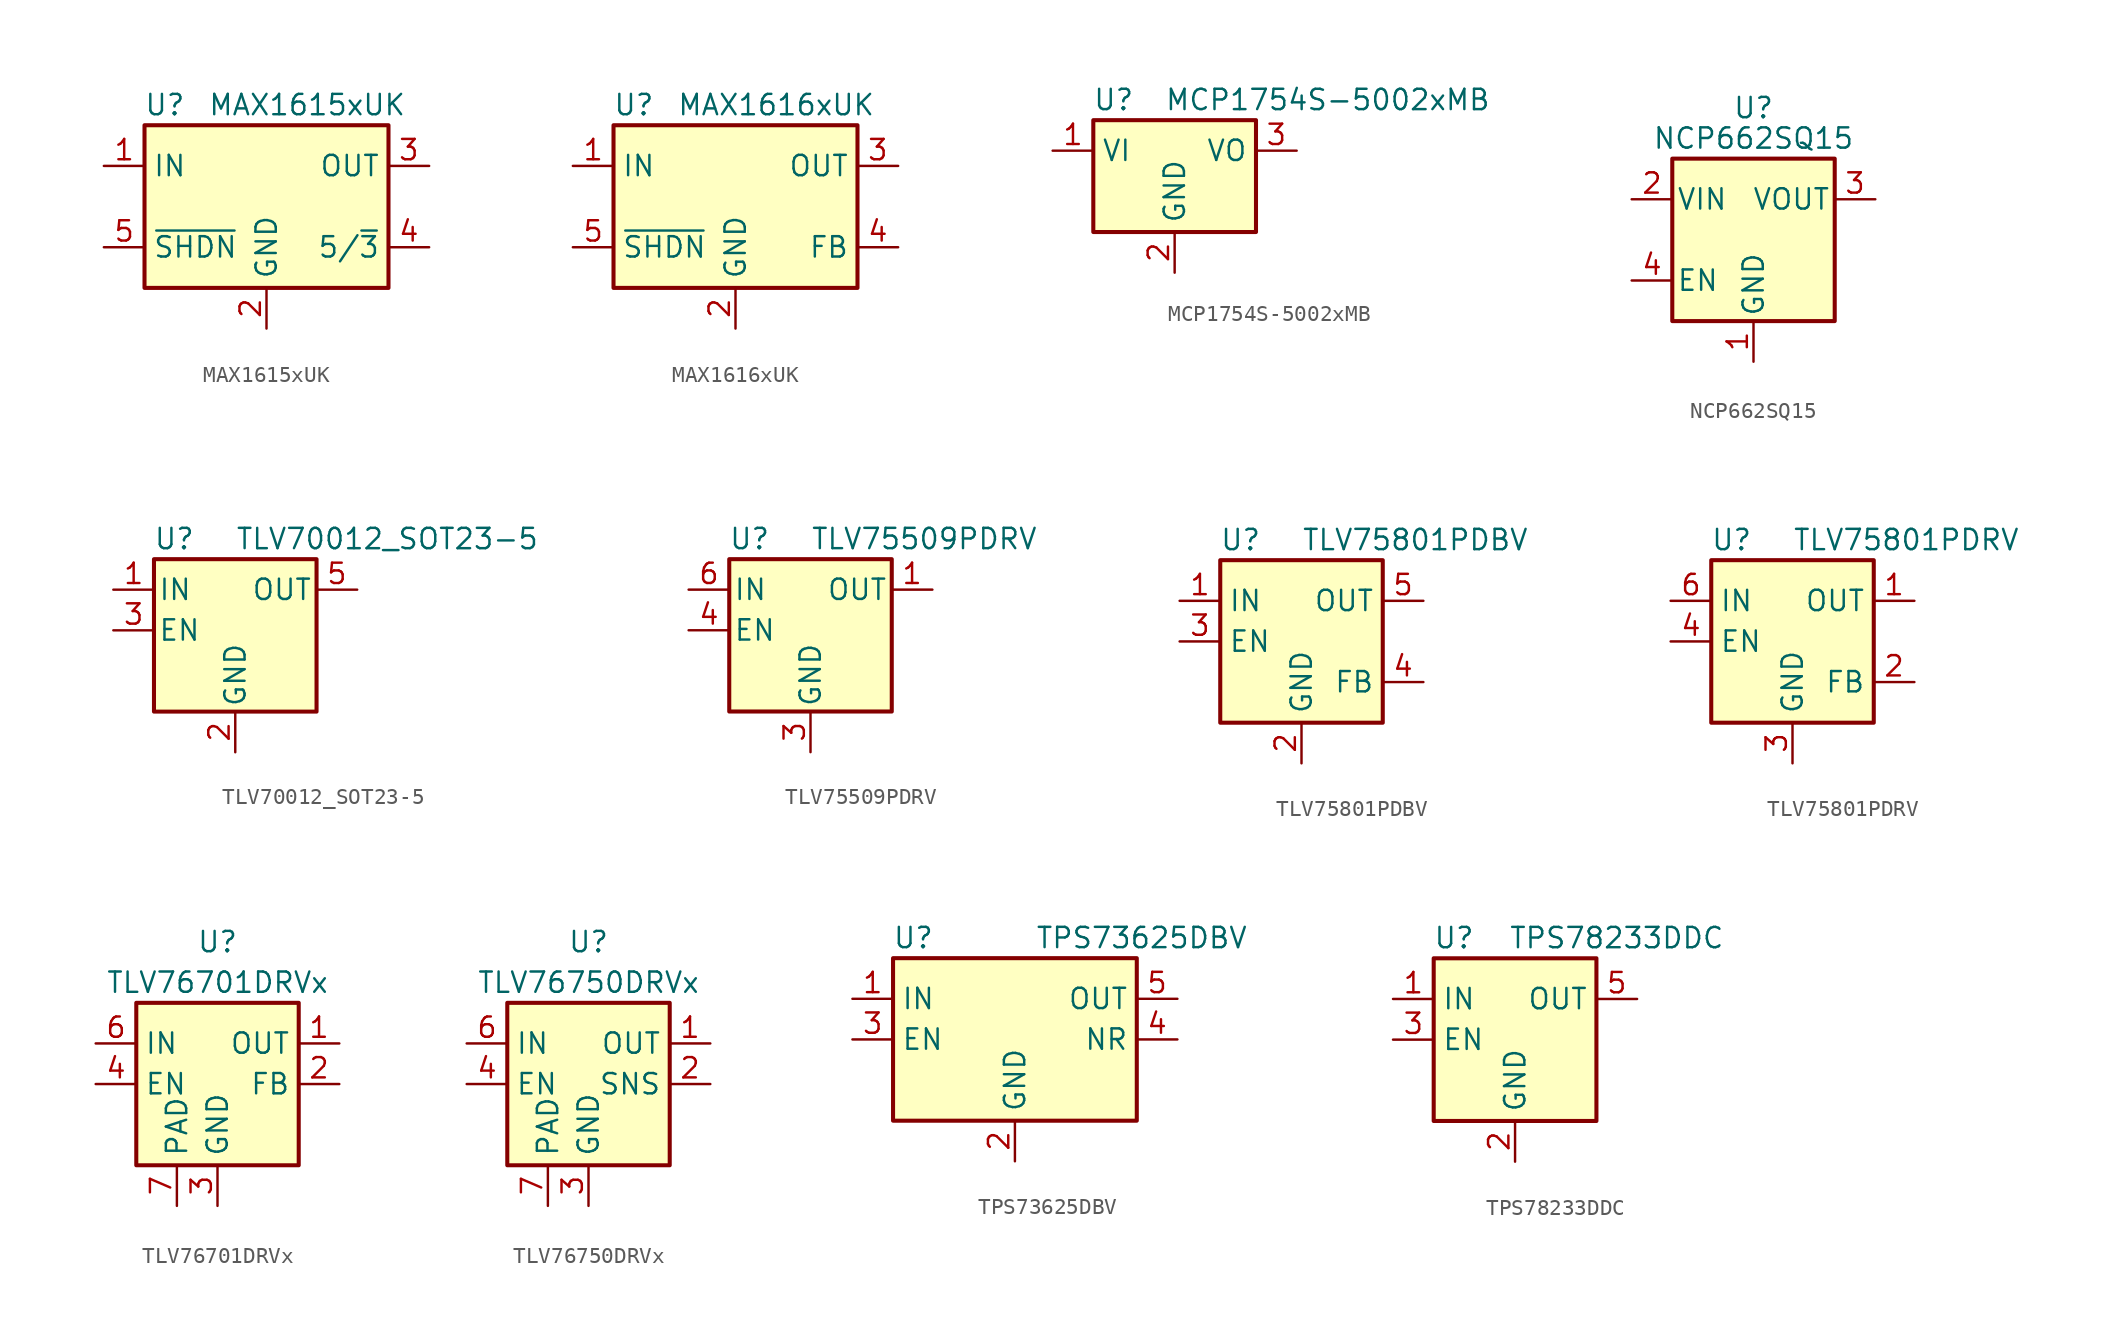
<source format=kicad_sym>
(kicad_symbol_lib
  (version 20201005)
  (generator kicad_symbol_editor)
  (symbol "MAX1615xUK"
    (property "Reference" "U"
      (at -6.35 6.35 0)
      (effects (font (size 1.27 1.27))))
    (property "Value" "MAX1615xUK"
      (at 2.54 6.35 0)
      (effects (font (size 1.27 1.27))))
    (symbol "MAX1615xUK_1_1"
      (rectangle (start -7.62 5.08) (end 7.62 -5.08) (stroke (width 0.254)) (fill (type background)))
      (pin power_in line (at -10.16 2.54 0) (length 2.54) (name "IN" (effects (font (size 1.27 1.27)))) (number "1" (effects (font (size 1.27 1.27)))))
      (pin power_in line (at 0 -7.62 90) (length 2.54) (name "GND" (effects (font (size 1.27 1.27)))) (number "2" (effects (font (size 1.27 1.27)))))
      (pin power_out line (at 10.16 2.54 180) (length 2.54) (name "OUT" (effects (font (size 1.27 1.27)))) (number "3" (effects (font (size 1.27 1.27)))))
      (pin input line (at 10.16 -2.54 180) (length 2.54) (name "5/~3" (effects (font (size 1.27 1.27)))) (number "4" (effects (font (size 1.27 1.27)))))
      (pin input line (at -10.16 -2.54 0) (length 2.54) (name "~SHDN" (effects (font (size 1.27 1.27)))) (number "5" (effects (font (size 1.27 1.27)))))))
  (symbol "MAX1616xUK"
    (property "Reference" "U"
      (at -6.35 6.35 0)
      (effects (font (size 1.27 1.27))))
    (property "Value" "MAX1616xUK"
      (at 2.54 6.35 0)
      (effects (font (size 1.27 1.27))))
    (symbol "MAX1616xUK_1_1"
      (rectangle (start -7.62 5.08) (end 7.62 -5.08) (stroke (width 0.254)) (fill (type background)))
      (pin power_in line (at -10.16 2.54 0) (length 2.54) (name "IN" (effects (font (size 1.27 1.27)))) (number "1" (effects (font (size 1.27 1.27)))))
      (pin power_in line (at 0 -7.62 90) (length 2.54) (name "GND" (effects (font (size 1.27 1.27)))) (number "2" (effects (font (size 1.27 1.27)))))
      (pin power_out line (at 10.16 2.54 180) (length 2.54) (name "OUT" (effects (font (size 1.27 1.27)))) (number "3" (effects (font (size 1.27 1.27)))))
      (pin input line (at 10.16 -2.54 180) (length 2.54) (name "FB" (effects (font (size 1.27 1.27)))) (number "4" (effects (font (size 1.27 1.27)))))
      (pin input line (at -10.16 -2.54 0) (length 2.54) (name "~SHDN" (effects (font (size 1.27 1.27)))) (number "5" (effects (font (size 1.27 1.27)))))))
  (symbol "MCP1754S-5002xMB"
    (property "Reference" "U"
      (at -3.81 3.175 0)
      (effects (font (size 1.27 1.27))))
    (property "Value" "MCP1754S-5002xMB"
      (at -0.635 3.175 0)
      (effects (font (size 1.27 1.27)) (justify left)))
    (symbol "MCP1754S-5002xMB_0_1"
      (rectangle (start -5.08 -5.08) (end 5.08 1.905) (stroke (width 0.254)) (fill (type background))))
    (symbol "MCP1754S-5002xMB_1_1"
      (pin power_in line (at -7.62 0 0) (length 2.54) (name "VI" (effects (font (size 1.27 1.27)))) (number "1" (effects (font (size 1.27 1.27)))))
      (pin power_in line (at 0 -7.62 90) (length 2.54) (name "GND" (effects (font (size 1.27 1.27)))) (number "2" (effects (font (size 1.27 1.27)))))
      (pin power_out line (at 7.62 0 180) (length 2.54) (name "VO" (effects (font (size 1.27 1.27)))) (number "3" (effects (font (size 1.27 1.27)))))))
  (symbol "NCP662SQ15"
    (pin_names
      (offset 0.254))
    (property "Reference" "U"
      (at 0 8.255 0)
      (effects (font (size 1.27 1.27))))
    (property "Value" "NCP662SQ15"
      (at 0 6.35 0)
      (effects (font (size 1.27 1.27))))
    (symbol "NCP662SQ15_0_1"
      (rectangle (start -5.08 5.08) (end 5.08 -5.08) (stroke (width 0.254)) (fill (type background))))
    (symbol "NCP662SQ15_1_1"
      (pin power_in line (at 0 -7.62 90) (length 2.54) (name "GND" (effects (font (size 1.27 1.27)))) (number "1" (effects (font (size 1.27 1.27)))))
      (pin power_in line (at -7.62 2.54 0) (length 2.54) (name "VIN" (effects (font (size 1.27 1.27)))) (number "2" (effects (font (size 1.27 1.27)))))
      (pin power_out line (at 7.62 2.54 180) (length 2.54) (name "VOUT" (effects (font (size 1.27 1.27)))) (number "3" (effects (font (size 1.27 1.27)))))
      (pin input line (at -7.62 -2.54 0) (length 2.54) (name "EN" (effects (font (size 1.27 1.27)))) (number "4" (effects (font (size 1.27 1.27)))))))
  (symbol "TLV70012_SOT23-5"
    (pin_names
      (offset 0.254))
    (property "Reference" "U"
      (at -3.81 5.715 0)
      (effects (font (size 1.27 1.27))))
    (property "Value" "TLV70012_SOT23-5"
      (at 0 5.715 0)
      (effects (font (size 1.27 1.27)) (justify left)))
    (symbol "TLV70012_SOT23-5_0_1"
      (rectangle (start -5.08 4.445) (end 5.08 -5.08) (stroke (width 0.254)) (fill (type background))))
    (symbol "TLV70012_SOT23-5_1_1"
      (pin power_in line (at -7.62 2.54 0) (length 2.54) (name "IN" (effects (font (size 1.27 1.27)))) (number "1" (effects (font (size 1.27 1.27)))))
      (pin power_in line (at 0 -7.62 90) (length 2.54) (name "GND" (effects (font (size 1.27 1.27)))) (number "2" (effects (font (size 1.27 1.27)))))
      (pin input line (at -7.62 0 0) (length 2.54) (name "EN" (effects (font (size 1.27 1.27)))) (number "3" (effects (font (size 1.27 1.27)))))
      (pin no_connect line (at 5.08 0 180) (length 2.54) hide (name "NC" (effects (font (size 1.27 1.27)))) (number "4" (effects (font (size 1.27 1.27)))))
      (pin power_out line (at 7.62 2.54 180) (length 2.54) (name "OUT" (effects (font (size 1.27 1.27)))) (number "5" (effects (font (size 1.27 1.27)))))))
  (symbol "TLV75509PDRV"
    (pin_names
      (offset 0.254))
    (property "Reference" "U"
      (at -3.81 5.715 0)
      (effects (font (size 1.27 1.27))))
    (property "Value" "TLV75509PDRV"
      (at 0 5.715 0)
      (effects (font (size 1.27 1.27)) (justify left)))
    (symbol "TLV75509PDRV_0_1"
      (rectangle (start -5.08 4.445) (end 5.08 -5.08) (stroke (width 0.254)) (fill (type background))))
    (symbol "TLV75509PDRV_1_1"
      (pin power_out line (at 7.62 2.54 180) (length 2.54) (name "OUT" (effects (font (size 1.27 1.27)))) (number "1" (effects (font (size 1.27 1.27)))))
      (pin no_connect line (at 5.08 0 180) (length 2.54) hide (name "NC" (effects (font (size 1.27 1.27)))) (number "2" (effects (font (size 1.27 1.27)))))
      (pin power_in line (at 0 -7.62 90) (length 2.54) (name "GND" (effects (font (size 1.27 1.27)))) (number "3" (effects (font (size 1.27 1.27)))))
      (pin input line (at -7.62 0 0) (length 2.54) (name "EN" (effects (font (size 1.27 1.27)))) (number "4" (effects (font (size 1.27 1.27)))))
      (pin no_connect line (at 5.08 -2.54 180) (length 2.54) hide (name "NC" (effects (font (size 1.27 1.27)))) (number "5" (effects (font (size 1.27 1.27)))))
      (pin power_in line (at -7.62 2.54 0) (length 2.54) (name "IN" (effects (font (size 1.27 1.27)))) (number "6" (effects (font (size 1.27 1.27)))))
      (pin passive line (at 0 -7.62 90) (length 2.54) hide (name "GND" (effects (font (size 1.27 1.27)))) (number "7" (effects (font (size 1.27 1.27)))))))
  (symbol "TLV75801PDBV"
    (property "Reference" "U"
      (at -3.81 6.35 0)
      (effects (font (size 1.27 1.27))))
    (property "Value" "TLV75801PDBV"
      (at 0 6.35 0)
      (effects (font (size 1.27 1.27)) (justify left)))
    (symbol "TLV75801PDBV_0_1"
      (rectangle (start 5.08 -5.08) (end -5.08 5.08) (stroke (width 0.254)) (fill (type background))))
    (symbol "TLV75801PDBV_1_1"
      (pin power_in line (at -7.62 2.54 0) (length 2.54) (name "IN" (effects (font (size 1.27 1.27)))) (number "1" (effects (font (size 1.27 1.27)))))
      (pin power_in line (at 0 -7.62 90) (length 2.54) (name "GND" (effects (font (size 1.27 1.27)))) (number "2" (effects (font (size 1.27 1.27)))))
      (pin input line (at -7.62 0 0) (length 2.54) (name "EN" (effects (font (size 1.27 1.27)))) (number "3" (effects (font (size 1.27 1.27)))))
      (pin input line (at 7.62 -2.54 180) (length 2.54) (name "FB" (effects (font (size 1.27 1.27)))) (number "4" (effects (font (size 1.27 1.27)))))
      (pin power_out line (at 7.62 2.54 180) (length 2.54) (name "OUT" (effects (font (size 1.27 1.27)))) (number "5" (effects (font (size 1.27 1.27)))))))
  (symbol "TLV75801PDRV"
    (property "Reference" "U"
      (at -3.81 6.35 0)
      (effects (font (size 1.27 1.27))))
    (property "Value" "TLV75801PDRV"
      (at 0 6.35 0)
      (effects (font (size 1.27 1.27)) (justify left)))
    (symbol "TLV75801PDRV_0_1"
      (rectangle (start 5.08 -5.08) (end -5.08 5.08) (stroke (width 0.254)) (fill (type background))))
    (symbol "TLV75801PDRV_1_1"
      (pin power_out line (at 7.62 2.54 180) (length 2.54) (name "OUT" (effects (font (size 1.27 1.27)))) (number "1" (effects (font (size 1.27 1.27)))))
      (pin input line (at 7.62 -2.54 180) (length 2.54) (name "FB" (effects (font (size 1.27 1.27)))) (number "2" (effects (font (size 1.27 1.27)))))
      (pin power_in line (at 0 -7.62 90) (length 2.54) (name "GND" (effects (font (size 1.27 1.27)))) (number "3" (effects (font (size 1.27 1.27)))))
      (pin input line (at -7.62 0 0) (length 2.54) (name "EN" (effects (font (size 1.27 1.27)))) (number "4" (effects (font (size 1.27 1.27)))))
      (pin no_connect line (at 5.08 0 180) (length 2.54) hide (name "DNC" (effects (font (size 1.27 1.27)))) (number "5" (effects (font (size 1.27 1.27)))))
      (pin power_in line (at -7.62 2.54 0) (length 2.54) (name "IN" (effects (font (size 1.27 1.27)))) (number "6" (effects (font (size 1.27 1.27)))))
      (pin passive line (at 0 -7.62 90) (length 2.54) hide (name "GND" (effects (font (size 1.27 1.27)))) (number "7" (effects (font (size 1.27 1.27)))))))
  (symbol "TLV76701DRVx"
    (property "Reference" "U"
      (at 0 8.89 0)
      (effects (font (size 1.27 1.27))))
    (property "Value" "TLV76701DRVx"
      (at 0 6.35 0)
      (effects (font (size 1.27 1.27))))
    (symbol "TLV76701DRVx_0_1"
      (rectangle (start -5.08 -5.08) (end 5.08 5.08) (stroke (width 0.254)) (fill (type background))))
    (symbol "TLV76701DRVx_1_1"
      (pin power_out line (at 7.62 2.54 180) (length 2.54) (name "OUT" (effects (font (size 1.27 1.27)))) (number "1" (effects (font (size 1.27 1.27)))))
      (pin input line (at 7.62 0 180) (length 2.54) (name "FB" (effects (font (size 1.27 1.27)))) (number "2" (effects (font (size 1.27 1.27)))))
      (pin power_in line (at 0 -7.62 90) (length 2.54) (name "GND" (effects (font (size 1.27 1.27)))) (number "3" (effects (font (size 1.27 1.27)))))
      (pin input line (at -7.62 0 0) (length 2.54) (name "EN" (effects (font (size 1.27 1.27)))) (number "4" (effects (font (size 1.27 1.27)))))
      (pin passive line (at 0 -7.62 90) (length 2.54) hide (name "GND" (effects (font (size 1.27 1.27)))) (number "5" (effects (font (size 1.27 1.27)))))
      (pin power_in line (at -7.62 2.54 0) (length 2.54) (name "IN" (effects (font (size 1.27 1.27)))) (number "6" (effects (font (size 1.27 1.27)))))
      (pin passive line (at -2.54 -7.62 90) (length 2.54) (name "PAD" (effects (font (size 1.27 1.27)))) (number "7" (effects (font (size 1.27 1.27)))))))
  (symbol "TLV76750DRVx"
    (property "Reference" "U"
      (at 0 8.89 0)
      (effects (font (size 1.27 1.27))))
    (property "Value" "TLV76750DRVx"
      (at 0 6.35 0)
      (effects (font (size 1.27 1.27))))
    (symbol "TLV76750DRVx_0_1"
      (rectangle (start -5.08 -5.08) (end 5.08 5.08) (stroke (width 0.254)) (fill (type background))))
    (symbol "TLV76750DRVx_1_1"
      (pin power_out line (at 7.62 2.54 180) (length 2.54) (name "OUT" (effects (font (size 1.27 1.27)))) (number "1" (effects (font (size 1.27 1.27)))))
      (pin input line (at 7.62 0 180) (length 2.54) (name "SNS" (effects (font (size 1.27 1.27)))) (number "2" (effects (font (size 1.27 1.27)))))
      (pin power_in line (at 0 -7.62 90) (length 2.54) (name "GND" (effects (font (size 1.27 1.27)))) (number "3" (effects (font (size 1.27 1.27)))))
      (pin input line (at -7.62 0 0) (length 2.54) (name "EN" (effects (font (size 1.27 1.27)))) (number "4" (effects (font (size 1.27 1.27)))))
      (pin passive line (at 0 -7.62 90) (length 2.54) hide (name "GND" (effects (font (size 1.27 1.27)))) (number "5" (effects (font (size 1.27 1.27)))))
      (pin power_in line (at -7.62 2.54 0) (length 2.54) (name "IN" (effects (font (size 1.27 1.27)))) (number "6" (effects (font (size 1.27 1.27)))))
      (pin passive line (at -2.54 -7.62 90) (length 2.54) (name "PAD" (effects (font (size 1.27 1.27)))) (number "7" (effects (font (size 1.27 1.27)))))))
  (symbol "TPS73625DBV"
    (property "Reference" "U"
      (at -6.35 6.35 0)
      (effects (font (size 1.27 1.27))))
    (property "Value" "TPS73625DBV"
      (at 1.27 6.35 0)
      (effects (font (size 1.27 1.27)) (justify left)))
    (symbol "TPS73625DBV_0_1"
      (rectangle (start -7.62 -5.08) (end 7.62 5.08) (stroke (width 0.254)) (fill (type background))))
    (symbol "TPS73625DBV_1_1"
      (pin power_in line (at -10.16 2.54 0) (length 2.54) (name "IN" (effects (font (size 1.27 1.27)))) (number "1" (effects (font (size 1.27 1.27)))))
      (pin power_in line (at 0 -7.62 90) (length 2.54) (name "GND" (effects (font (size 1.27 1.27)))) (number "2" (effects (font (size 1.27 1.27)))))
      (pin input line (at -10.16 0 0) (length 2.54) (name "EN" (effects (font (size 1.27 1.27)))) (number "3" (effects (font (size 1.27 1.27)))))
      (pin passive line (at 10.16 0 180) (length 2.54) (name "NR" (effects (font (size 1.27 1.27)))) (number "4" (effects (font (size 1.27 1.27)))))
      (pin power_out line (at 10.16 2.54 180) (length 2.54) (name "OUT" (effects (font (size 1.27 1.27)))) (number "5" (effects (font (size 1.27 1.27)))))))
  (symbol "TPS78233DDC"
    (property "Reference" "U"
      (at -3.81 6.35 0)
      (effects (font (size 1.27 1.27))))
    (property "Value" "TPS78233DDC"
      (at 6.35 6.35 0)
      (effects (font (size 1.27 1.27))))
    (symbol "TPS78233DDC_0_1"
      (rectangle (start -5.08 -5.08) (end 5.08 5.08) (stroke (width 0.254)) (fill (type background)))
      (pin power_in line (at -7.62 2.54 0) (length 2.54) (name "IN" (effects (font (size 1.27 1.27)))) (number "1" (effects (font (size 1.27 1.27)))))
      (pin power_in line (at 0 -7.62 90) (length 2.54) (name "GND" (effects (font (size 1.27 1.27)))) (number "2" (effects (font (size 1.27 1.27)))))
      (pin input line (at -7.62 0 0) (length 2.54) (name "EN" (effects (font (size 1.27 1.27)))) (number "3" (effects (font (size 1.27 1.27)))))
      (pin power_out line (at 7.62 2.54 180) (length 2.54) (name "OUT" (effects (font (size 1.27 1.27)))) (number "5" (effects (font (size 1.27 1.27))))))
    (symbol "TPS78233DDC_1_1"
      (pin passive line (at 0 -7.62 90) (length 2.54) hide (name "GND" (effects (font (size 1.27 1.27)))) (number "4" (effects (font (size 1.27 1.27))))))))
</source>
